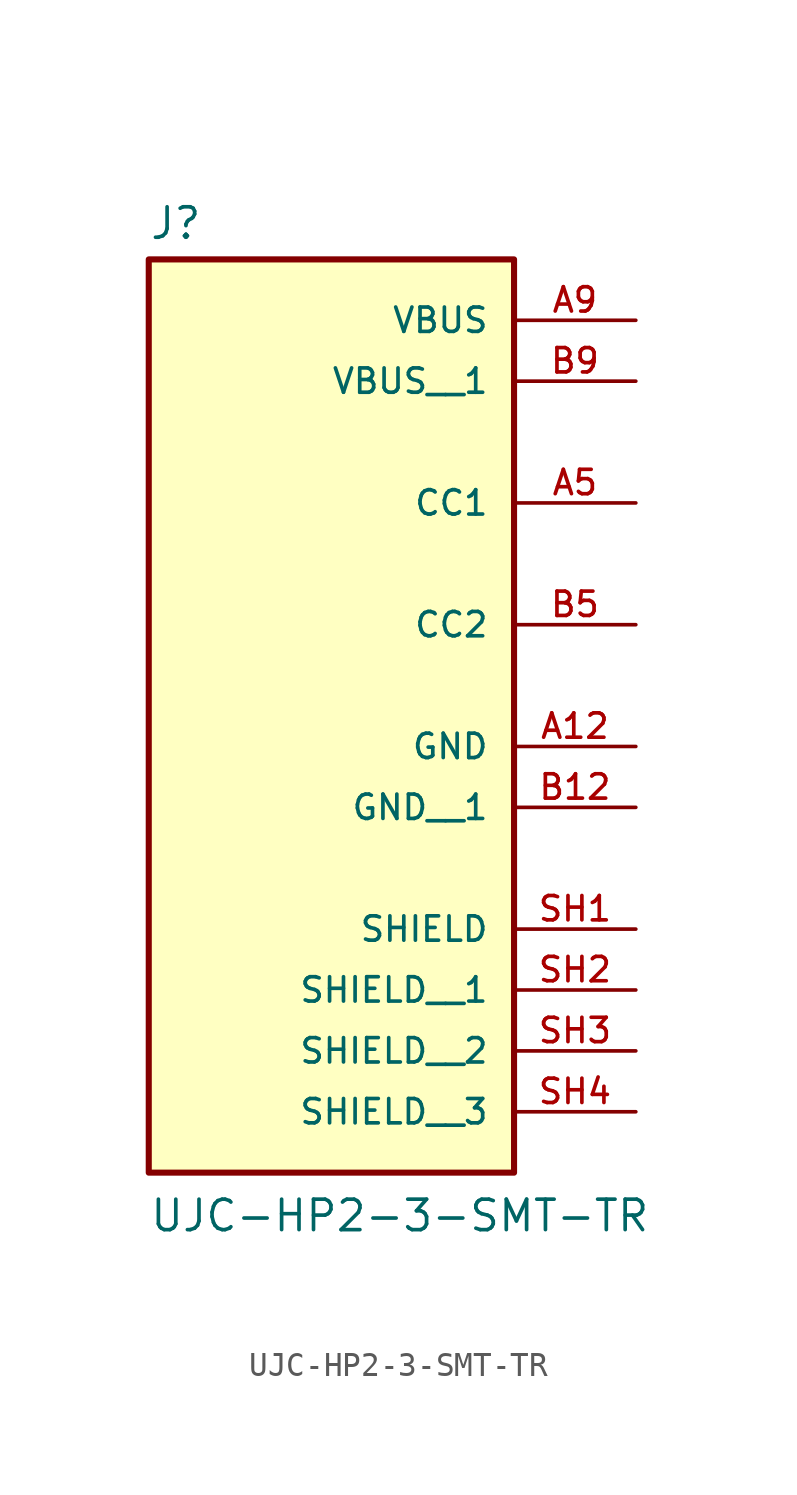
<source format=kicad_sym>
(kicad_symbol_lib
  (version 20211014)
  (generator kicad_symbol_editor)
  (symbol "UJC-HP2-3-SMT-TR"
    (pin_names
      (offset 1.016))
    (property "Reference" "J"
      (at -7.62 13.462 0)
      (effects (font (size 1.27 1.27)) (justify bottom left)))
    (property "Value" "UJC-HP2-3-SMT-TR"
      (at -7.62 -27.94 0)
      (effects (font (size 1.27 1.27)) (justify bottom left)))
    (symbol "UJC-HP2-3-SMT-TR_0_0"
      (rectangle (start -7.62 -25.4) (end 7.62 12.7) (stroke (width 0.254)) (fill (type background)))
      (pin passive line (at 12.7 10.16 180.0) (length 5.08) (name "VBUS" (effects (font (size 1.016 1.016)))) (number "A9" (effects (font (size 1.016 1.016)))))
      (pin passive line (at 12.7 -15.24 180.0) (length 5.08) (name "SHIELD" (effects (font (size 1.016 1.016)))) (number "SH1" (effects (font (size 1.016 1.016)))))
      (pin passive line (at 12.7 -7.62 180.0) (length 5.08) (name "GND" (effects (font (size 1.016 1.016)))) (number "A12" (effects (font (size 1.016 1.016)))))
      (pin passive line (at 12.7 2.54 180.0) (length 5.08) (name "CC1" (effects (font (size 1.016 1.016)))) (number "A5" (effects (font (size 1.016 1.016)))))
      (pin passive line (at 12.7 -2.54 180.0) (length 5.08) (name "CC2" (effects (font (size 1.016 1.016)))) (number "B5" (effects (font (size 1.016 1.016)))))
      (pin passive line (at 12.7 7.62 180.0) (length 5.08) (name "VBUS__1" (effects (font (size 1.016 1.016)))) (number "B9" (effects (font (size 1.016 1.016)))))
      (pin passive line (at 12.7 -10.16 180.0) (length 5.08) (name "GND__1" (effects (font (size 1.016 1.016)))) (number "B12" (effects (font (size 1.016 1.016)))))
      (pin passive line (at 12.7 -17.78 180.0) (length 5.08) (name "SHIELD__1" (effects (font (size 1.016 1.016)))) (number "SH2" (effects (font (size 1.016 1.016)))))
      (pin passive line (at 12.7 -20.32 180.0) (length 5.08) (name "SHIELD__2" (effects (font (size 1.016 1.016)))) (number "SH3" (effects (font (size 1.016 1.016)))))
      (pin passive line (at 12.7 -22.86 180.0) (length 5.08) (name "SHIELD__3" (effects (font (size 1.016 1.016)))) (number "SH4" (effects (font (size 1.016 1.016))))))))
</source>
